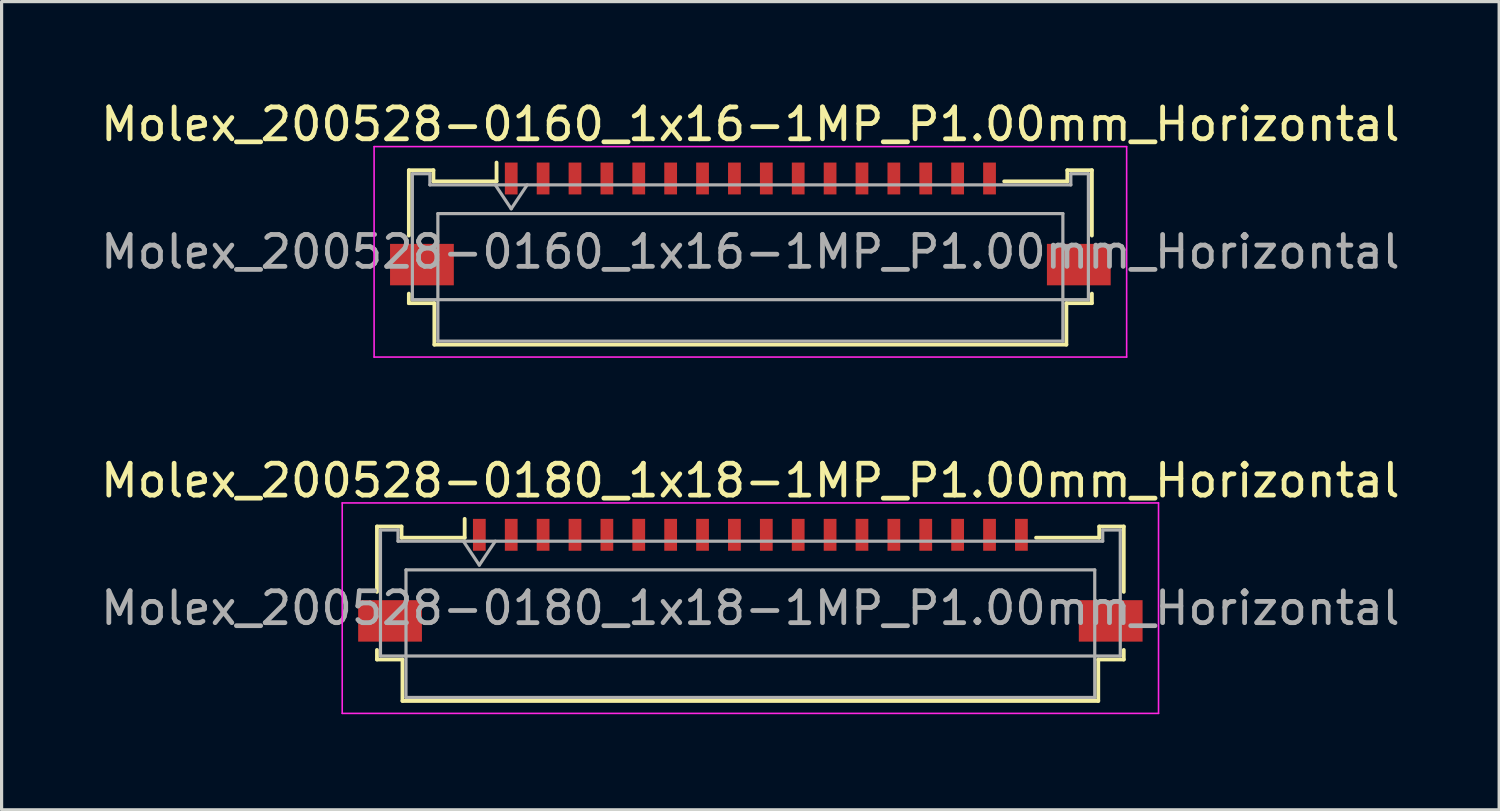
<source format=kicad_pcb>
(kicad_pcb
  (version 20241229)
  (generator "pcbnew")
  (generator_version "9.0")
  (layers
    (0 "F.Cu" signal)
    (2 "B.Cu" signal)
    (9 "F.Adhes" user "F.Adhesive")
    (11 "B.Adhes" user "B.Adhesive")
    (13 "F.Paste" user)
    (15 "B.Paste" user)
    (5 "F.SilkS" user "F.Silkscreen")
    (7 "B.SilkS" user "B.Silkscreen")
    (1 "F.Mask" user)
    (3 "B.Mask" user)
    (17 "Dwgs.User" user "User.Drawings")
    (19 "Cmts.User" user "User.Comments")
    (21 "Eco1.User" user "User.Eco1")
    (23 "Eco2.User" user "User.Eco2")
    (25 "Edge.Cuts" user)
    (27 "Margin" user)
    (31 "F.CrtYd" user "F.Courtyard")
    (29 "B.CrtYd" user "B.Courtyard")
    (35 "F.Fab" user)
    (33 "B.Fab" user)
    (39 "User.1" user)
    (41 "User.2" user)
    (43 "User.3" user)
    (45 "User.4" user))
  (footprint "Molex_200528-0180_1x18-1MP_P1.00mm_Horizontal"
    (layer "F.Cu")
    (at 20.482 14.632)
    (property "Reference" "Molex_200528-0180_1x18-1MP_P1.00mm_Horizontal" (at 0 -2.61 0) (layer "F.SilkS") (effects (font (size 1 1) (thickness 0.15))))
    (attr smd)
    (fp_line (start -11.71 -1.17) (end -11.71 0.88) (stroke (width 0.12) (type solid)) (layer "F.SilkS"))
    (fp_line (start -11.71 2.7) (end -11.71 3) (stroke (width 0.12) (type solid)) (layer "F.SilkS"))
    (fp_line (start -11.71 3) (end -10.91 3) (stroke (width 0.12) (type solid)) (layer "F.SilkS"))
    (fp_line (start -10.94 -1.17) (end -11.71 -1.17) (stroke (width 0.12) (type solid)) (layer "F.SilkS"))
    (fp_line (start -10.94 -0.82) (end -10.94 -1.17) (stroke (width 0.12) (type solid)) (layer "F.SilkS"))
    (fp_line (start -10.91 3) (end -10.91 4.3) (stroke (width 0.12) (type solid)) (layer "F.SilkS"))
    (fp_line (start -10.91 4.3) (end 10.91 4.3) (stroke (width 0.12) (type solid)) (layer "F.SilkS"))
    (fp_line (start -8.96 -1.41) (end -8.96 -0.82) (stroke (width 0.12) (type solid)) (layer "F.SilkS"))
    (fp_line (start -8.96 -0.82) (end -10.94 -0.82) (stroke (width 0.12) (type solid)) (layer "F.SilkS"))
    (fp_line (start 10.91 3) (end 11.71 3) (stroke (width 0.12) (type solid)) (layer "F.SilkS"))
    (fp_line (start 10.91 4.3) (end 10.91 3) (stroke (width 0.12) (type solid)) (layer "F.SilkS"))
    (fp_line (start 10.94 -1.17) (end 10.94 -0.82) (stroke (width 0.12) (type solid)) (layer "F.SilkS"))
    (fp_line (start 10.94 -0.82) (end 8.96 -0.82) (stroke (width 0.12) (type solid)) (layer "F.SilkS"))
    (fp_line (start 11.71 -1.17) (end 10.94 -1.17) (stroke (width 0.12) (type solid)) (layer "F.SilkS"))
    (fp_line (start 11.71 0.88) (end 11.71 -1.17) (stroke (width 0.12) (type solid)) (layer "F.SilkS"))
    (fp_line (start 11.71 3) (end 11.71 2.7) (stroke (width 0.12) (type solid)) (layer "F.SilkS"))
    (fp_line (start -12.8 -1.91) (end -12.8 4.69) (stroke (width 0.05) (type solid)) (layer "F.CrtYd"))
    (fp_line (start -12.8 4.69) (end 12.8 4.69) (stroke (width 0.05) (type solid)) (layer "F.CrtYd"))
    (fp_line (start 12.8 -1.91) (end -12.8 -1.91) (stroke (width 0.05) (type solid)) (layer "F.CrtYd"))
    (fp_line (start 12.8 4.69) (end 12.8 -1.91) (stroke (width 0.05) (type solid)) (layer "F.CrtYd"))
    (fp_line (start -11.6 -1.06) (end -11.6 2.89) (stroke (width 0.1) (type solid)) (layer "F.Fab"))
    (fp_line (start -11.6 2.89) (end 11.6 2.89) (stroke (width 0.1) (type solid)) (layer "F.Fab"))
    (fp_line (start -11.05 -1.06) (end -11.6 -1.06) (stroke (width 0.1) (type solid)) (layer "F.Fab"))
    (fp_line (start -11.05 -0.71) (end -11.05 -1.06) (stroke (width 0.1) (type solid)) (layer "F.Fab"))
    (fp_line (start -10.8 0.19) (end -10.8 4.19) (stroke (width 0.1) (type solid)) (layer "F.Fab"))
    (fp_line (start -10.8 4.19) (end 10.8 4.19) (stroke (width 0.1) (type solid)) (layer "F.Fab"))
    (fp_line (start -9 -0.71) (end -8.5 0.04) (stroke (width 0.1) (type solid)) (layer "F.Fab"))
    (fp_line (start -8.5 0.04) (end -8 -0.71) (stroke (width 0.1) (type solid)) (layer "F.Fab"))
    (fp_line (start 10.8 0.19) (end -10.8 0.19) (stroke (width 0.1) (type solid)) (layer "F.Fab"))
    (fp_line (start 10.8 4.19) (end 10.8 0.19) (stroke (width 0.1) (type solid)) (layer "F.Fab"))
    (fp_line (start 11.05 -1.06) (end 11.05 -0.71) (stroke (width 0.1) (type solid)) (layer "F.Fab"))
    (fp_line (start 11.05 -0.71) (end -11.05 -0.71) (stroke (width 0.1) (type solid)) (layer "F.Fab"))
    (fp_line (start 11.6 -1.06) (end 11.05 -1.06) (stroke (width 0.1) (type solid)) (layer "F.Fab"))
    (fp_line (start 11.6 2.89) (end 11.6 -1.06) (stroke (width 0.1) (type solid)) (layer "F.Fab"))
    (fp_text user "${REFERENCE}" (at 0 1.39 0) (layer "F.Fab") (effects (font (size 1 1) (thickness 0.15))))
    (pad "1" smd rect (at -8.5 -0.91) (size 0.4 1) (layers "F.Cu" "F.Mask" "F.Paste"))
    (pad "2" smd rect (at -7.5 -0.91) (size 0.4 1) (layers "F.Cu" "F.Mask" "F.Paste"))
    (pad "3" smd rect (at -6.5 -0.91) (size 0.4 1) (layers "F.Cu" "F.Mask" "F.Paste"))
    (pad "4" smd rect (at -5.5 -0.91) (size 0.4 1) (layers "F.Cu" "F.Mask" "F.Paste"))
    (pad "5" smd rect (at -4.5 -0.91) (size 0.4 1) (layers "F.Cu" "F.Mask" "F.Paste"))
    (pad "6" smd rect (at -3.5 -0.91) (size 0.4 1) (layers "F.Cu" "F.Mask" "F.Paste"))
    (pad "7" smd rect (at -2.5 -0.91) (size 0.4 1) (layers "F.Cu" "F.Mask" "F.Paste"))
    (pad "8" smd rect (at -1.5 -0.91) (size 0.4 1) (layers "F.Cu" "F.Mask" "F.Paste"))
    (pad "9" smd rect (at -0.5 -0.91) (size 0.4 1) (layers "F.Cu" "F.Mask" "F.Paste"))
    (pad "10" smd rect (at 0.5 -0.91) (size 0.4 1) (layers "F.Cu" "F.Mask" "F.Paste"))
    (pad "11" smd rect (at 1.5 -0.91) (size 0.4 1) (layers "F.Cu" "F.Mask" "F.Paste"))
    (pad "12" smd rect (at 2.5 -0.91) (size 0.4 1) (layers "F.Cu" "F.Mask" "F.Paste"))
    (pad "13" smd rect (at 3.5 -0.91) (size 0.4 1) (layers "F.Cu" "F.Mask" "F.Paste"))
    (pad "14" smd rect (at 4.5 -0.91) (size 0.4 1) (layers "F.Cu" "F.Mask" "F.Paste"))
    (pad "15" smd rect (at 5.5 -0.91) (size 0.4 1) (layers "F.Cu" "F.Mask" "F.Paste"))
    (pad "16" smd rect (at 6.5 -0.91) (size 0.4 1) (layers "F.Cu" "F.Mask" "F.Paste"))
    (pad "17" smd rect (at 7.5 -0.91) (size 0.4 1) (layers "F.Cu" "F.Mask" "F.Paste"))
    (pad "18" smd rect (at 8.5 -0.91) (size 0.4 1) (layers "F.Cu" "F.Mask" "F.Paste"))
    (pad "MP" smd rect (at -11.3 1.79) (size 2 1.3) (layers "F.Cu" "F.Mask" "F.Paste"))
    (pad "MP" smd rect (at 11.3 1.79) (size 2 1.3) (layers "F.Cu" "F.Mask" "F.Paste")))
  (footprint "Molex_200528-0160_1x16-1MP_P1.00mm_Horizontal"
    (layer "F.Cu")
    (at 20.482 3.458)
    (property "Reference" "Molex_200528-0160_1x16-1MP_P1.00mm_Horizontal" (at 0 -2.61 0) (layer "F.SilkS") (effects (font (size 1 1) (thickness 0.15))))
    (attr smd)
    (fp_line (start -10.71 -1.17) (end -10.71 0.88) (stroke (width 0.12) (type solid)) (layer "F.SilkS"))
    (fp_line (start -10.71 2.7) (end -10.71 3) (stroke (width 0.12) (type solid)) (layer "F.SilkS"))
    (fp_line (start -10.71 3) (end -9.91 3) (stroke (width 0.12) (type solid)) (layer "F.SilkS"))
    (fp_line (start -9.94 -1.17) (end -10.71 -1.17) (stroke (width 0.12) (type solid)) (layer "F.SilkS"))
    (fp_line (start -9.94 -0.82) (end -9.94 -1.17) (stroke (width 0.12) (type solid)) (layer "F.SilkS"))
    (fp_line (start -9.91 3) (end -9.91 4.3) (stroke (width 0.12) (type solid)) (layer "F.SilkS"))
    (fp_line (start -9.91 4.3) (end 9.91 4.3) (stroke (width 0.12) (type solid)) (layer "F.SilkS"))
    (fp_line (start -7.96 -1.41) (end -7.96 -0.82) (stroke (width 0.12) (type solid)) (layer "F.SilkS"))
    (fp_line (start -7.96 -0.82) (end -9.94 -0.82) (stroke (width 0.12) (type solid)) (layer "F.SilkS"))
    (fp_line (start 9.91 3) (end 10.71 3) (stroke (width 0.12) (type solid)) (layer "F.SilkS"))
    (fp_line (start 9.91 4.3) (end 9.91 3) (stroke (width 0.12) (type solid)) (layer "F.SilkS"))
    (fp_line (start 9.94 -1.17) (end 9.94 -0.82) (stroke (width 0.12) (type solid)) (layer "F.SilkS"))
    (fp_line (start 9.94 -0.82) (end 7.96 -0.82) (stroke (width 0.12) (type solid)) (layer "F.SilkS"))
    (fp_line (start 10.71 -1.17) (end 9.94 -1.17) (stroke (width 0.12) (type solid)) (layer "F.SilkS"))
    (fp_line (start 10.71 0.88) (end 10.71 -1.17) (stroke (width 0.12) (type solid)) (layer "F.SilkS"))
    (fp_line (start 10.71 3) (end 10.71 2.7) (stroke (width 0.12) (type solid)) (layer "F.SilkS"))
    (fp_line (start -11.8 -1.91) (end -11.8 4.69) (stroke (width 0.05) (type solid)) (layer "F.CrtYd"))
    (fp_line (start -11.8 4.69) (end 11.8 4.69) (stroke (width 0.05) (type solid)) (layer "F.CrtYd"))
    (fp_line (start 11.8 -1.91) (end -11.8 -1.91) (stroke (width 0.05) (type solid)) (layer "F.CrtYd"))
    (fp_line (start 11.8 4.69) (end 11.8 -1.91) (stroke (width 0.05) (type solid)) (layer "F.CrtYd"))
    (fp_line (start -10.6 -1.06) (end -10.6 2.89) (stroke (width 0.1) (type solid)) (layer "F.Fab"))
    (fp_line (start -10.6 2.89) (end 10.6 2.89) (stroke (width 0.1) (type solid)) (layer "F.Fab"))
    (fp_line (start -10.05 -1.06) (end -10.6 -1.06) (stroke (width 0.1) (type solid)) (layer "F.Fab"))
    (fp_line (start -10.05 -0.71) (end -10.05 -1.06) (stroke (width 0.1) (type solid)) (layer "F.Fab"))
    (fp_line (start -9.8 0.19) (end -9.8 4.19) (stroke (width 0.1) (type solid)) (layer "F.Fab"))
    (fp_line (start -9.8 4.19) (end 9.8 4.19) (stroke (width 0.1) (type solid)) (layer "F.Fab"))
    (fp_line (start -8 -0.71) (end -7.5 0.04) (stroke (width 0.1) (type solid)) (layer "F.Fab"))
    (fp_line (start -7.5 0.04) (end -7 -0.71) (stroke (width 0.1) (type solid)) (layer "F.Fab"))
    (fp_line (start 9.8 0.19) (end -9.8 0.19) (stroke (width 0.1) (type solid)) (layer "F.Fab"))
    (fp_line (start 9.8 4.19) (end 9.8 0.19) (stroke (width 0.1) (type solid)) (layer "F.Fab"))
    (fp_line (start 10.05 -1.06) (end 10.05 -0.71) (stroke (width 0.1) (type solid)) (layer "F.Fab"))
    (fp_line (start 10.05 -0.71) (end -10.05 -0.71) (stroke (width 0.1) (type solid)) (layer "F.Fab"))
    (fp_line (start 10.6 -1.06) (end 10.05 -1.06) (stroke (width 0.1) (type solid)) (layer "F.Fab"))
    (fp_line (start 10.6 2.89) (end 10.6 -1.06) (stroke (width 0.1) (type solid)) (layer "F.Fab"))
    (fp_text user "${REFERENCE}" (at 0 1.39 0) (layer "F.Fab") (effects (font (size 1 1) (thickness 0.15))))
    (pad "1" smd rect (at -7.5 -0.91) (size 0.4 1) (layers "F.Cu" "F.Mask" "F.Paste"))
    (pad "2" smd rect (at -6.5 -0.91) (size 0.4 1) (layers "F.Cu" "F.Mask" "F.Paste"))
    (pad "3" smd rect (at -5.5 -0.91) (size 0.4 1) (layers "F.Cu" "F.Mask" "F.Paste"))
    (pad "4" smd rect (at -4.5 -0.91) (size 0.4 1) (layers "F.Cu" "F.Mask" "F.Paste"))
    (pad "5" smd rect (at -3.5 -0.91) (size 0.4 1) (layers "F.Cu" "F.Mask" "F.Paste"))
    (pad "6" smd rect (at -2.5 -0.91) (size 0.4 1) (layers "F.Cu" "F.Mask" "F.Paste"))
    (pad "7" smd rect (at -1.5 -0.91) (size 0.4 1) (layers "F.Cu" "F.Mask" "F.Paste"))
    (pad "8" smd rect (at -0.5 -0.91) (size 0.4 1) (layers "F.Cu" "F.Mask" "F.Paste"))
    (pad "9" smd rect (at 0.5 -0.91) (size 0.4 1) (layers "F.Cu" "F.Mask" "F.Paste"))
    (pad "10" smd rect (at 1.5 -0.91) (size 0.4 1) (layers "F.Cu" "F.Mask" "F.Paste"))
    (pad "11" smd rect (at 2.5 -0.91) (size 0.4 1) (layers "F.Cu" "F.Mask" "F.Paste"))
    (pad "12" smd rect (at 3.5 -0.91) (size 0.4 1) (layers "F.Cu" "F.Mask" "F.Paste"))
    (pad "13" smd rect (at 4.5 -0.91) (size 0.4 1) (layers "F.Cu" "F.Mask" "F.Paste"))
    (pad "14" smd rect (at 5.5 -0.91) (size 0.4 1) (layers "F.Cu" "F.Mask" "F.Paste"))
    (pad "15" smd rect (at 6.5 -0.91) (size 0.4 1) (layers "F.Cu" "F.Mask" "F.Paste"))
    (pad "16" smd rect (at 7.5 -0.91) (size 0.4 1) (layers "F.Cu" "F.Mask" "F.Paste"))
    (pad "MP" smd rect (at -10.3 1.79) (size 2 1.3) (layers "F.Cu" "F.Mask" "F.Paste"))
    (pad "MP" smd rect (at 10.3 1.79) (size 2 1.3) (layers "F.Cu" "F.Mask" "F.Paste")))
  (gr_rect
    (start -3 -3)
    (end 43.964 22.346)
    (stroke (width 0.1) (type default))
    (fill no)
    (layer "Edge.Cuts")))
</source>
